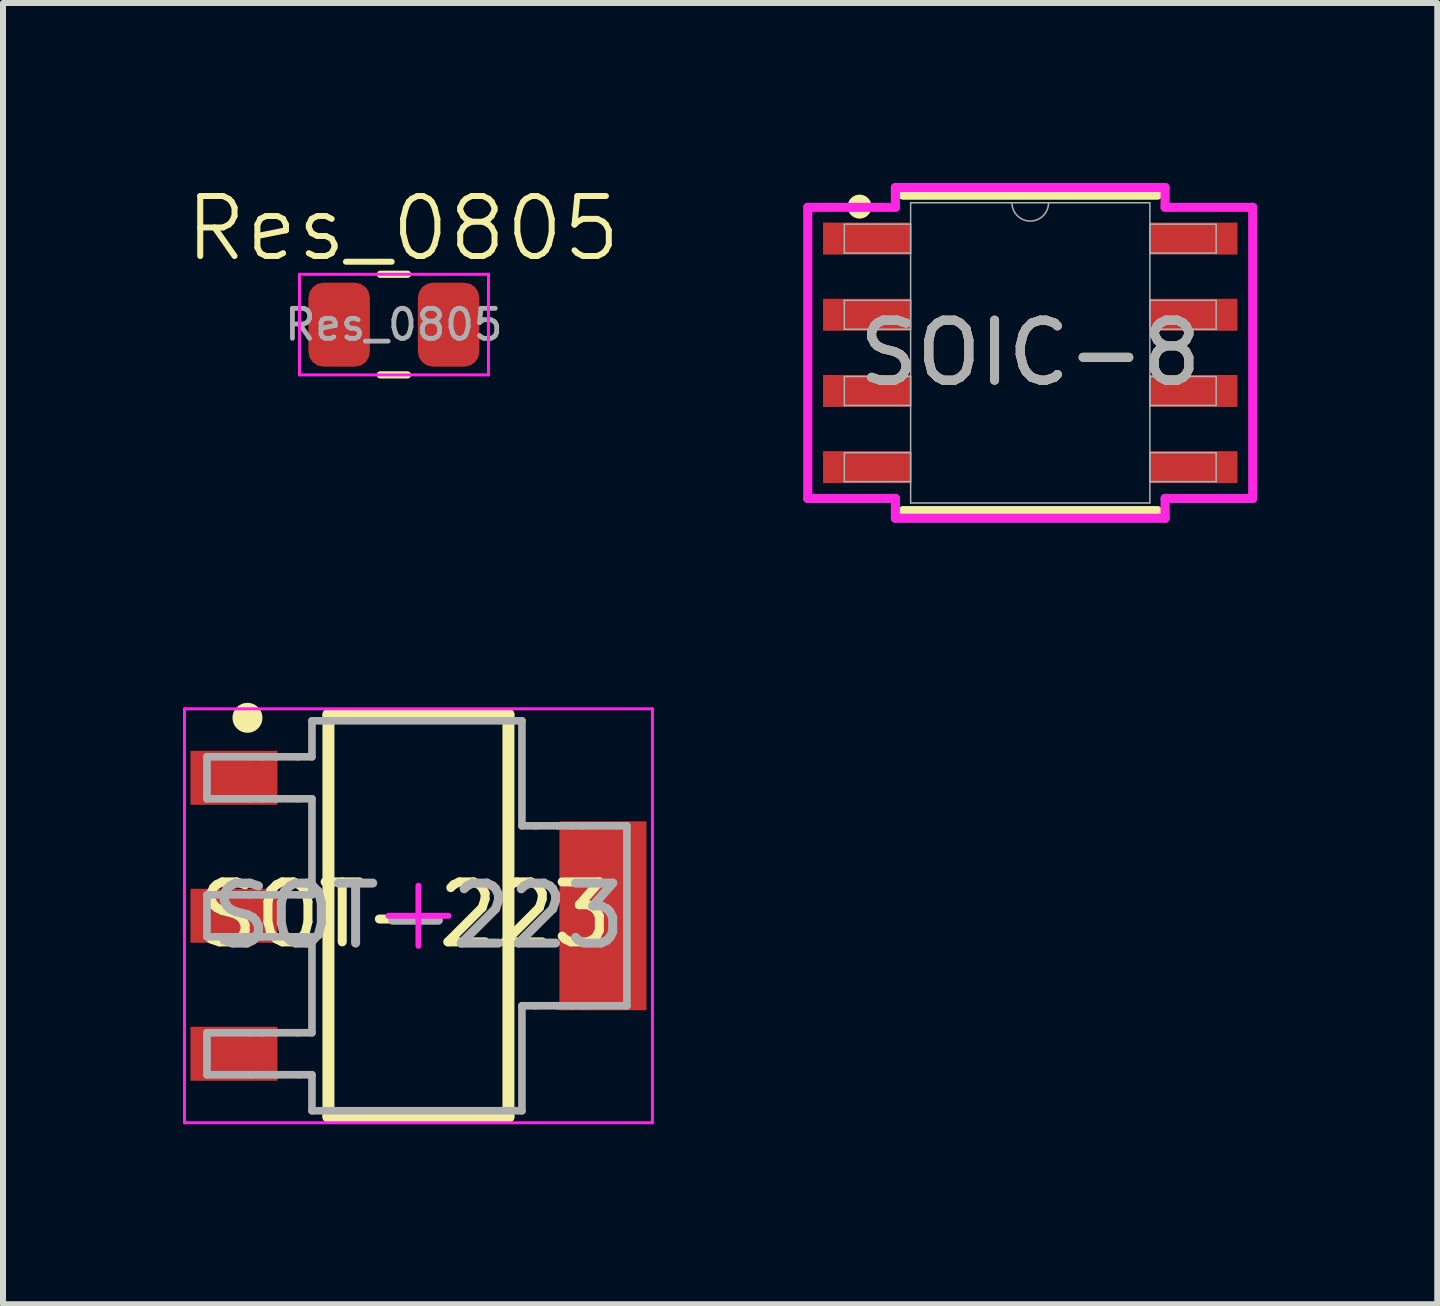
<source format=kicad_pcb>
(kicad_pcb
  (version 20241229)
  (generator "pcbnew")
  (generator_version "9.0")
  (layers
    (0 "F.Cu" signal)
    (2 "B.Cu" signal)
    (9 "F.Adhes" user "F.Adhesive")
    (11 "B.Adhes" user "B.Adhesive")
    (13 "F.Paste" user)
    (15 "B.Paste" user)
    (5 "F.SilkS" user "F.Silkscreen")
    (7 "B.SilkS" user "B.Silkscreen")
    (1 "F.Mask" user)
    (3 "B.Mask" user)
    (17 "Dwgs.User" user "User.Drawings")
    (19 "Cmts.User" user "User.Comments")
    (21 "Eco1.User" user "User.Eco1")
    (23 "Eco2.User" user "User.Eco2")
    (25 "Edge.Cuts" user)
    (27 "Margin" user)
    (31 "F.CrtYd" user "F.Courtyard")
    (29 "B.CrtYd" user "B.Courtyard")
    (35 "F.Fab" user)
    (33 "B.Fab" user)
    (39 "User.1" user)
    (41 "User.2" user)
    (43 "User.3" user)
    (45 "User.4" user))
  (footprint "SOT-223"
    (layer "F.Cu")
    (at 3.702 12.195)
    (property "Reference" "SOT-223" (at 0 0 0) (unlocked yes) (layer "F.SilkS") (effects (font (size 1 1) (thickness 0.15))))
    (attr smd)
    (fp_line (start -1.277 -3.33) (end 1.723 -3.33) (stroke (width 0.2) (type solid)) (layer "F.SilkS"))
    (fp_line (start -1.277 3.37) (end -1.277 -3.33) (stroke (width 0.2) (type solid)) (layer "F.SilkS"))
    (fp_line (start -1.277 3.37) (end 1.723 3.37) (stroke (width 0.2) (type solid)) (layer "F.SilkS"))
    (fp_line (start 1.723 3.37) (end 1.723 -3.33) (stroke (width 0.2) (type solid)) (layer "F.SilkS"))
    (fp_circle (center -2.627 -3.28) (end -2.502 -3.28) (stroke (width 0.25) (type solid)) (fill no) (layer "F.SilkS"))
    (fp_line (start -3.677 -3.43) (end 4.123 -3.43) (stroke (width 0.05) (type solid)) (layer "F.CrtYd"))
    (fp_line (start -3.677 3.47) (end -3.677 -3.43) (stroke (width 0.05) (type solid)) (layer "F.CrtYd"))
    (fp_line (start -3.677 3.47) (end 4.123 3.47) (stroke (width 0.05) (type solid)) (layer "F.CrtYd"))
    (fp_line (start -0.277 0.02) (end 0.723 0.02) (stroke (width 0.1) (type solid)) (layer "F.CrtYd"))
    (fp_line (start 0.223 0.52) (end 0.223 -0.48) (stroke (width 0.1) (type solid)) (layer "F.CrtYd"))
    (fp_line (start 4.123 3.47) (end 4.123 -3.43) (stroke (width 0.05) (type solid)) (layer "F.CrtYd"))
    (fp_line (start -3.302 -2.63) (end -2.574 -2.63) (stroke (width 0.127) (type solid)) (layer "F.Fab"))
    (fp_line (start -3.302 -1.93) (end -3.302 -2.63) (stroke (width 0.127) (type solid)) (layer "F.Fab"))
    (fp_line (start -3.302 -1.93) (end -2.574 -1.93) (stroke (width 0.127) (type solid)) (layer "F.Fab"))
    (fp_line (start -3.302 -0.33) (end -2.574 -0.33) (stroke (width 0.127) (type solid)) (layer "F.Fab"))
    (fp_line (start -3.302 0.37) (end -3.302 -0.33) (stroke (width 0.127) (type solid)) (layer "F.Fab"))
    (fp_line (start -3.302 0.37) (end -2.574 0.37) (stroke (width 0.127) (type solid)) (layer "F.Fab"))
    (fp_line (start -3.302 1.97) (end -2.574 1.97) (stroke (width 0.127) (type solid)) (layer "F.Fab"))
    (fp_line (start -3.302 2.67) (end -3.302 1.97) (stroke (width 0.127) (type solid)) (layer "F.Fab"))
    (fp_line (start -3.302 2.67) (end -2.574 2.67) (stroke (width 0.127) (type solid)) (layer "F.Fab"))
    (fp_line (start -2.574 -2.63) (end -2.389 -2.63) (stroke (width 0.127) (type solid)) (layer "F.Fab"))
    (fp_line (start -2.574 -1.93) (end -2.389 -1.93) (stroke (width 0.127) (type solid)) (layer "F.Fab"))
    (fp_line (start -2.574 -0.33) (end -2.389 -0.33) (stroke (width 0.127) (type solid)) (layer "F.Fab"))
    (fp_line (start -2.574 0.37) (end -2.389 0.37) (stroke (width 0.127) (type solid)) (layer "F.Fab"))
    (fp_line (start -2.574 1.97) (end -2.389 1.97) (stroke (width 0.127) (type solid)) (layer "F.Fab"))
    (fp_line (start -2.574 2.67) (end -2.389 2.67) (stroke (width 0.127) (type solid)) (layer "F.Fab"))
    (fp_line (start -2.389 -2.63) (end -2.151 -2.63) (stroke (width 0.127) (type solid)) (layer "F.Fab"))
    (fp_line (start -2.389 -1.93) (end -2.151 -1.93) (stroke (width 0.127) (type solid)) (layer "F.Fab"))
    (fp_line (start -2.389 -0.33) (end -2.151 -0.33) (stroke (width 0.127) (type solid)) (layer "F.Fab"))
    (fp_line (start -2.389 0.37) (end -2.151 0.37) (stroke (width 0.127) (type solid)) (layer "F.Fab"))
    (fp_line (start -2.389 1.97) (end -2.151 1.97) (stroke (width 0.127) (type solid)) (layer "F.Fab"))
    (fp_line (start -2.389 2.67) (end -2.151 2.67) (stroke (width 0.127) (type solid)) (layer "F.Fab"))
    (fp_line (start -2.151 -2.63) (end -1.78 -2.63) (stroke (width 0.127) (type solid)) (layer "F.Fab"))
    (fp_line (start -2.151 -1.93) (end -1.78 -1.93) (stroke (width 0.127) (type solid)) (layer "F.Fab"))
    (fp_line (start -2.151 -0.33) (end -1.78 -0.33) (stroke (width 0.127) (type solid)) (layer "F.Fab"))
    (fp_line (start -2.151 0.37) (end -1.78 0.37) (stroke (width 0.127) (type solid)) (layer "F.Fab"))
    (fp_line (start -2.151 1.97) (end -1.78 1.97) (stroke (width 0.127) (type solid)) (layer "F.Fab"))
    (fp_line (start -2.151 2.67) (end -1.78 2.67) (stroke (width 0.127) (type solid)) (layer "F.Fab"))
    (fp_line (start -1.78 -2.63) (end -1.552 -2.63) (stroke (width 0.127) (type solid)) (layer "F.Fab"))
    (fp_line (start -1.78 -1.93) (end -1.552 -1.93) (stroke (width 0.127) (type solid)) (layer "F.Fab"))
    (fp_line (start -1.78 -0.33) (end -1.552 -0.33) (stroke (width 0.127) (type solid)) (layer "F.Fab"))
    (fp_line (start -1.78 0.37) (end -1.552 0.37) (stroke (width 0.127) (type solid)) (layer "F.Fab"))
    (fp_line (start -1.78 1.97) (end -1.552 1.97) (stroke (width 0.127) (type solid)) (layer "F.Fab"))
    (fp_line (start -1.78 2.67) (end -1.552 2.67) (stroke (width 0.127) (type solid)) (layer "F.Fab"))
    (fp_line (start -1.552 -3.23) (end 1.948 -3.23) (stroke (width 0.127) (type solid)) (layer "F.Fab"))
    (fp_line (start -1.552 -2.63) (end -1.552 -3.23) (stroke (width 0.127) (type solid)) (layer "F.Fab"))
    (fp_line (start -1.552 -0.33) (end -1.552 -1.93) (stroke (width 0.127) (type solid)) (layer "F.Fab"))
    (fp_line (start -1.552 1.97) (end -1.552 0.37) (stroke (width 0.127) (type solid)) (layer "F.Fab"))
    (fp_line (start -1.552 3.27) (end -1.552 2.67) (stroke (width 0.127) (type solid)) (layer "F.Fab"))
    (fp_line (start -1.552 3.27) (end 1.948 3.27) (stroke (width 0.127) (type solid)) (layer "F.Fab"))
    (fp_line (start 1.948 -1.48) (end 1.948 -3.23) (stroke (width 0.127) (type solid)) (layer "F.Fab"))
    (fp_line (start 1.948 -1.48) (end 2.176 -1.48) (stroke (width 0.127) (type solid)) (layer "F.Fab"))
    (fp_line (start 1.948 1.52) (end 2.176 1.52) (stroke (width 0.127) (type solid)) (layer "F.Fab"))
    (fp_line (start 1.948 3.27) (end 1.948 1.52) (stroke (width 0.127) (type solid)) (layer "F.Fab"))
    (fp_line (start 2.176 -1.48) (end 2.547 -1.48) (stroke (width 0.127) (type solid)) (layer "F.Fab"))
    (fp_line (start 2.176 1.52) (end 2.547 1.52) (stroke (width 0.127) (type solid)) (layer "F.Fab"))
    (fp_line (start 2.547 -1.48) (end 2.785 -1.48) (stroke (width 0.127) (type solid)) (layer "F.Fab"))
    (fp_line (start 2.547 1.52) (end 2.785 1.52) (stroke (width 0.127) (type solid)) (layer "F.Fab"))
    (fp_line (start 2.785 -1.48) (end 2.97 -1.48) (stroke (width 0.127) (type solid)) (layer "F.Fab"))
    (fp_line (start 2.785 1.52) (end 2.97 1.52) (stroke (width 0.127) (type solid)) (layer "F.Fab"))
    (fp_line (start 2.97 -1.48) (end 3.698 -1.48) (stroke (width 0.127) (type solid)) (layer "F.Fab"))
    (fp_line (start 2.97 1.52) (end 3.698 1.52) (stroke (width 0.127) (type solid)) (layer "F.Fab"))
    (fp_line (start 3.698 1.52) (end 3.698 -1.48) (stroke (width 0.127) (type solid)) (layer "F.Fab"))
    (fp_text user "${REFERENCE}" (at 0.223 0.02 0) (unlocked yes) (layer "F.Fab") (effects (font (size 1 1) (thickness 0.15))))
    (pad "1" smd rect (at -2.852 -2.28 90) (size 0.9 1.45) (layers "F.Cu" "F.Mask" "F.Paste"))
    (pad "2" smd rect (at -2.852 0.02 90) (size 0.9 1.45) (layers "F.Cu" "F.Mask" "F.Paste"))
    (pad "3" smd rect (at -2.852 2.32 90) (size 0.9 1.45) (layers "F.Cu" "F.Mask" "F.Paste"))
    (pad "4" smd rect (at 3.298 0.02 90) (size 3.15 1.45) (layers "F.Cu" "F.Mask" "F.Paste")))
  (footprint "Res_0805"
    (layer "F.Cu")
    (at 1.815 3.351)
    (property "Reference" "Res_0805" (at 1.854 -2.591 0) (unlocked yes) (layer "F.SilkS") (effects (font (size 1 1) (thickness 0.1))))
    (attr smd)
    (fp_line (start 1.473 -0.152) (end 1.927 -0.152) (stroke (width 0.12) (type solid)) (layer "F.SilkS"))
    (fp_line (start 1.475 -1.829) (end 1.929 -1.829) (stroke (width 0.12) (type solid)) (layer "F.SilkS"))
    (fp_line (start 0.127 -1.829) (end 3.277 -1.829) (stroke (width 0.05) (type solid)) (layer "F.CrtYd"))
    (fp_line (start 0.127 -0.152) (end 0.127 -1.829) (stroke (width 0.05) (type solid)) (layer "F.CrtYd"))
    (fp_line (start 3.277 -1.829) (end 3.277 -0.152) (stroke (width 0.05) (type solid)) (layer "F.CrtYd"))
    (fp_line (start 3.277 -0.152) (end 0.127 -0.152) (stroke (width 0.05) (type solid)) (layer "F.CrtYd"))
    (fp_text user "${REFERENCE}" (at 1.7 -0.989 0) (layer "F.Fab") (effects (font (size 0.5 0.5) (thickness 0.08))))
    (pad "1" smd roundrect (at 0.788 -0.989) (size 1.025 1.4) (layers "F.Cu" "F.Mask" "F.Paste") (roundrect_rratio 0.244))
    (pad "2" smd roundrect (at 2.613 -0.989) (size 1.025 1.4) (layers "F.Cu" "F.Mask" "F.Paste") (roundrect_rratio 0.244)))
  (footprint "SOIC-8"
    (layer "F.Cu")
    (at 14.123 2.832)
    (property "Reference" "SOIC-8" (at 0 0 0) (unlocked yes) (layer "F.SilkS") (effects (font (size 1 1) (thickness 0.15))))
    (attr smd)
    (fp_line (start -2.121 2.629) (end 2.121 2.629) (stroke (width 0.152) (type solid)) (layer "F.SilkS"))
    (fp_line (start 2.121 -2.629) (end -2.121 -2.629) (stroke (width 0.152) (type solid)) (layer "F.SilkS"))
    (fp_circle (center -2.845 -2.438) (end -2.745 -2.438) (stroke (width 0.2) (type solid)) (fill no) (layer "F.SilkS"))
    (fp_line (start -3.708 -2.426) (end -2.248 -2.426) (stroke (width 0.152) (type solid)) (layer "F.CrtYd"))
    (fp_line (start -3.708 2.426) (end -3.708 -2.426) (stroke (width 0.152) (type solid)) (layer "F.CrtYd"))
    (fp_line (start -3.708 2.426) (end -2.248 2.426) (stroke (width 0.152) (type solid)) (layer "F.CrtYd"))
    (fp_line (start -2.248 -2.756) (end 2.248 -2.756) (stroke (width 0.152) (type solid)) (layer "F.CrtYd"))
    (fp_line (start -2.248 -2.426) (end -2.248 -2.756) (stroke (width 0.152) (type solid)) (layer "F.CrtYd"))
    (fp_line (start -2.248 2.756) (end -2.248 2.426) (stroke (width 0.152) (type solid)) (layer "F.CrtYd"))
    (fp_line (start 2.248 -2.756) (end 2.248 -2.426) (stroke (width 0.152) (type solid)) (layer "F.CrtYd"))
    (fp_line (start 2.248 2.426) (end 2.248 2.756) (stroke (width 0.152) (type solid)) (layer "F.CrtYd"))
    (fp_line (start 2.248 2.756) (end -2.248 2.756) (stroke (width 0.152) (type solid)) (layer "F.CrtYd"))
    (fp_line (start 3.708 -2.426) (end 2.248 -2.426) (stroke (width 0.152) (type solid)) (layer "F.CrtYd"))
    (fp_line (start 3.708 -2.426) (end 3.708 2.426) (stroke (width 0.152) (type solid)) (layer "F.CrtYd"))
    (fp_line (start 3.708 2.426) (end 2.248 2.426) (stroke (width 0.152) (type solid)) (layer "F.CrtYd"))
    (fp_line (start -3.099 -2.146) (end -3.099 -1.664) (stroke (width 0.025) (type solid)) (layer "F.Fab"))
    (fp_line (start -3.099 -1.664) (end -1.994 -1.664) (stroke (width 0.025) (type solid)) (layer "F.Fab"))
    (fp_line (start -3.099 -0.876) (end -3.099 -0.394) (stroke (width 0.025) (type solid)) (layer "F.Fab"))
    (fp_line (start -3.099 -0.394) (end -1.994 -0.394) (stroke (width 0.025) (type solid)) (layer "F.Fab"))
    (fp_line (start -3.099 0.394) (end -3.099 0.876) (stroke (width 0.025) (type solid)) (layer "F.Fab"))
    (fp_line (start -3.099 0.876) (end -1.994 0.876) (stroke (width 0.025) (type solid)) (layer "F.Fab"))
    (fp_line (start -3.099 1.664) (end -3.099 2.146) (stroke (width 0.025) (type solid)) (layer "F.Fab"))
    (fp_line (start -3.099 2.146) (end -1.994 2.146) (stroke (width 0.025) (type solid)) (layer "F.Fab"))
    (fp_line (start -1.994 -2.502) (end -1.994 2.502) (stroke (width 0.025) (type solid)) (layer "F.Fab"))
    (fp_line (start -1.994 -2.146) (end -3.099 -2.146) (stroke (width 0.025) (type solid)) (layer "F.Fab"))
    (fp_line (start -1.994 -1.664) (end -1.994 -2.146) (stroke (width 0.025) (type solid)) (layer "F.Fab"))
    (fp_line (start -1.994 -0.876) (end -3.099 -0.876) (stroke (width 0.025) (type solid)) (layer "F.Fab"))
    (fp_line (start -1.994 -0.394) (end -1.994 -0.876) (stroke (width 0.025) (type solid)) (layer "F.Fab"))
    (fp_line (start -1.994 0.394) (end -3.099 0.394) (stroke (width 0.025) (type solid)) (layer "F.Fab"))
    (fp_line (start -1.994 0.876) (end -1.994 0.394) (stroke (width 0.025) (type solid)) (layer "F.Fab"))
    (fp_line (start -1.994 1.664) (end -3.099 1.664) (stroke (width 0.025) (type solid)) (layer "F.Fab"))
    (fp_line (start -1.994 2.146) (end -1.994 1.664) (stroke (width 0.025) (type solid)) (layer "F.Fab"))
    (fp_line (start -1.994 2.502) (end 1.994 2.502) (stroke (width 0.025) (type solid)) (layer "F.Fab"))
    (fp_line (start 1.994 -2.502) (end -1.994 -2.502) (stroke (width 0.025) (type solid)) (layer "F.Fab"))
    (fp_line (start 1.994 -2.146) (end 1.994 -1.664) (stroke (width 0.025) (type solid)) (layer "F.Fab"))
    (fp_line (start 1.994 -1.664) (end 3.099 -1.664) (stroke (width 0.025) (type solid)) (layer "F.Fab"))
    (fp_line (start 1.994 -0.876) (end 1.994 -0.394) (stroke (width 0.025) (type solid)) (layer "F.Fab"))
    (fp_line (start 1.994 -0.394) (end 3.099 -0.394) (stroke (width 0.025) (type solid)) (layer "F.Fab"))
    (fp_line (start 1.994 0.394) (end 1.994 0.876) (stroke (width 0.025) (type solid)) (layer "F.Fab"))
    (fp_line (start 1.994 0.876) (end 3.099 0.876) (stroke (width 0.025) (type solid)) (layer "F.Fab"))
    (fp_line (start 1.994 1.664) (end 1.994 2.146) (stroke (width 0.025) (type solid)) (layer "F.Fab"))
    (fp_line (start 1.994 2.146) (end 3.099 2.146) (stroke (width 0.025) (type solid)) (layer "F.Fab"))
    (fp_line (start 1.994 2.502) (end 1.994 -2.502) (stroke (width 0.025) (type solid)) (layer "F.Fab"))
    (fp_line (start 3.099 -2.146) (end 1.994 -2.146) (stroke (width 0.025) (type solid)) (layer "F.Fab"))
    (fp_line (start 3.099 -1.664) (end 3.099 -2.146) (stroke (width 0.025) (type solid)) (layer "F.Fab"))
    (fp_line (start 3.099 -0.876) (end 1.994 -0.876) (stroke (width 0.025) (type solid)) (layer "F.Fab"))
    (fp_line (start 3.099 -0.394) (end 3.099 -0.876) (stroke (width 0.025) (type solid)) (layer "F.Fab"))
    (fp_line (start 3.099 0.394) (end 1.994 0.394) (stroke (width 0.025) (type solid)) (layer "F.Fab"))
    (fp_line (start 3.099 0.876) (end 3.099 0.394) (stroke (width 0.025) (type solid)) (layer "F.Fab"))
    (fp_line (start 3.099 1.664) (end 1.994 1.664) (stroke (width 0.025) (type solid)) (layer "F.Fab"))
    (fp_line (start 3.099 2.146) (end 3.099 1.664) (stroke (width 0.025) (type solid)) (layer "F.Fab"))
    (fp_arc (start 0.3048 -2.5019) (mid 0 -2.1971) (end -0.3048 -2.5019) (stroke (width 0.0254) (type solid)) (layer "F.Fab"))
    (fp_text user "${REFERENCE}" (at 0 0 0) (unlocked yes) (layer "F.Fab") (effects (font (size 1 1) (thickness 0.15))))
    (pad "1" smd rect (at -2.724 -1.905) (size 1.46 0.533) (layers "F.Cu" "F.Mask" "F.Paste"))
    (pad "2" smd rect (at -2.724 -0.635) (size 1.46 0.533) (layers "F.Cu" "F.Mask" "F.Paste"))
    (pad "3" smd rect (at -2.724 0.635) (size 1.46 0.533) (layers "F.Cu" "F.Mask" "F.Paste"))
    (pad "4" smd rect (at -2.724 1.905) (size 1.46 0.533) (layers "F.Cu" "F.Mask" "F.Paste"))
    (pad "5" smd rect (at 2.724 1.905) (size 1.46 0.533) (layers "F.Cu" "F.Mask" "F.Paste"))
    (pad "6" smd rect (at 2.724 0.635) (size 1.46 0.533) (layers "F.Cu" "F.Mask" "F.Paste"))
    (pad "7" smd rect (at 2.724 -0.635) (size 1.46 0.533) (layers "F.Cu" "F.Mask" "F.Paste"))
    (pad "8" smd rect (at 2.724 -1.905) (size 1.46 0.533) (layers "F.Cu" "F.Mask" "F.Paste")))
  (gr_rect
    (start -3 -3)
    (end 20.907 18.689)
    (stroke (width 0.1) (type default))
    (fill no)
    (layer "Edge.Cuts")))
</source>
